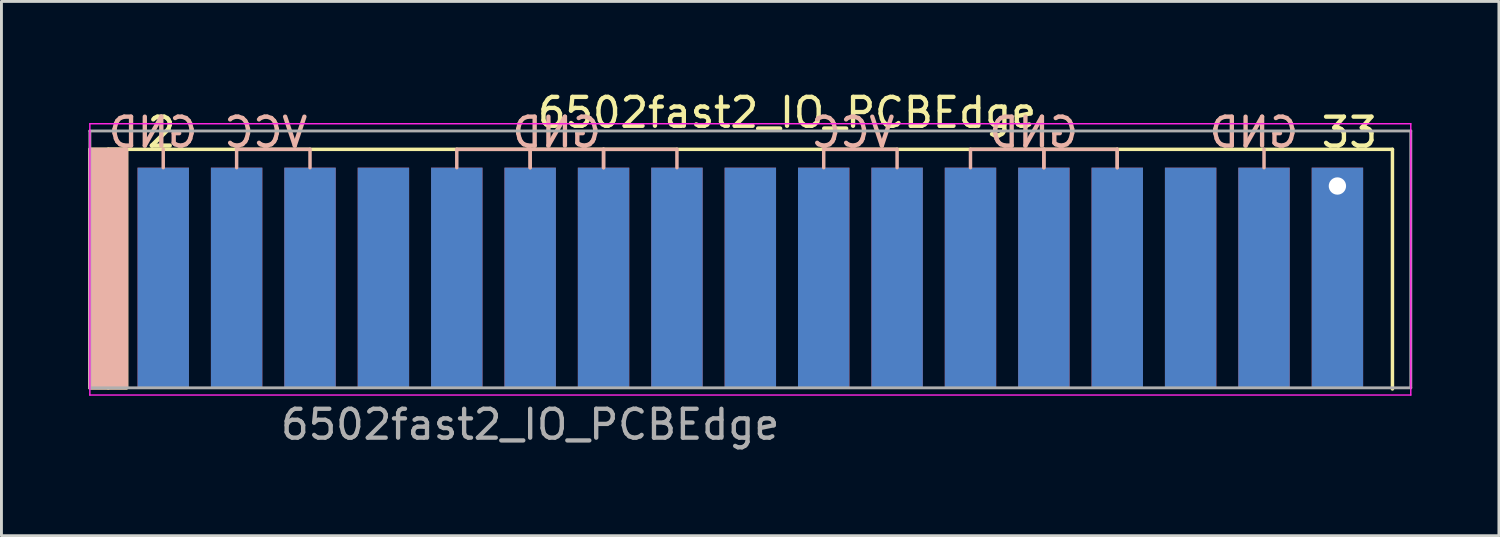
<source format=kicad_pcb>
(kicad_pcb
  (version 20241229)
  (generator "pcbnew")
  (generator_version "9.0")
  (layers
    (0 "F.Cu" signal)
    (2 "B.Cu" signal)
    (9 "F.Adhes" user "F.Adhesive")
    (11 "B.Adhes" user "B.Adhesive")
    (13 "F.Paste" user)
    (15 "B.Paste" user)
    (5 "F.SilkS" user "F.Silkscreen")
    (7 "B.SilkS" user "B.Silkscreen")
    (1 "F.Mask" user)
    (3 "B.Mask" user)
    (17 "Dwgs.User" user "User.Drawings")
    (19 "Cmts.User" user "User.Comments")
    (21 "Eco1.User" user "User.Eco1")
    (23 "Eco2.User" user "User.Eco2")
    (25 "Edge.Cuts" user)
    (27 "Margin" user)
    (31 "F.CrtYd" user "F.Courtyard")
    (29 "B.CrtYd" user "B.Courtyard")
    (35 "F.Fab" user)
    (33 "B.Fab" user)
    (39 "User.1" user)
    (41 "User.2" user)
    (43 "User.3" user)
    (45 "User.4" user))
  (footprint "6502fast2_IO_PCBEdge"
    (layer "F.Cu")
    (at 24.19 0.848)
    (property "Reference" "6502fast2_IO_PCBEdge" (at 0 0 0) (layer "F.SilkS") (effects (font (size 1 1) (thickness 0.15))))
    (attr exclude_from_pos_files exclude_from_bom)
    (fp_line (start -23.495 1.27) (end -23.495 8.89) (stroke (width 0.12) (type default)) (layer "F.SilkS"))
    (fp_line (start -23.495 8.89) (end -23.495 9.525) (stroke (width 0.12) (type default)) (layer "F.SilkS"))
    (fp_line (start 20.955 1.27) (end -23.495 1.27) (stroke (width 0.12) (type default)) (layer "F.SilkS"))
    (fp_line (start 20.955 9.565) (end 20.955 1.27) (stroke (width 0.12) (type solid)) (layer "F.SilkS"))
    (fp_rect (start -24.13 1.27) (end -22.86 9.525) (stroke (width 0.12) (type solid)) (fill yes) (layer "F.SilkS"))
    (fp_line (start -21.59 1.905) (end -21.59 1.27) (stroke (width 0.12) (type default)) (layer "B.SilkS"))
    (fp_line (start -19.05 1.27) (end -16.51 1.27) (stroke (width 0.12) (type default)) (layer "B.SilkS"))
    (fp_line (start -19.05 1.905) (end -19.05 1.27) (stroke (width 0.12) (type default)) (layer "B.SilkS"))
    (fp_line (start -16.51 1.27) (end -16.51 1.905) (stroke (width 0.12) (type default)) (layer "B.SilkS"))
    (fp_line (start -11.43 1.27) (end -8.89 1.27) (stroke (width 0.12) (type default)) (layer "B.SilkS"))
    (fp_line (start -11.43 1.905) (end -11.43 1.27) (stroke (width 0.12) (type default)) (layer "B.SilkS"))
    (fp_line (start -8.89 1.27) (end -8.89 1.905) (stroke (width 0.12) (type default)) (layer "B.SilkS"))
    (fp_line (start -8.89 1.27) (end -6.35 1.27) (stroke (width 0.12) (type default)) (layer "B.SilkS"))
    (fp_line (start -8.89 1.905) (end -8.89 1.27) (stroke (width 0.12) (type default)) (layer "B.SilkS"))
    (fp_line (start -6.35 1.27) (end -6.35 1.905) (stroke (width 0.12) (type default)) (layer "B.SilkS"))
    (fp_line (start -6.35 1.27) (end -3.81 1.27) (stroke (width 0.12) (type default)) (layer "B.SilkS"))
    (fp_line (start -6.35 1.905) (end -6.35 1.27) (stroke (width 0.12) (type default)) (layer "B.SilkS"))
    (fp_line (start -3.81 1.27) (end -3.81 1.905) (stroke (width 0.12) (type default)) (layer "B.SilkS"))
    (fp_line (start 1.27 1.27) (end 3.81 1.27) (stroke (width 0.12) (type default)) (layer "B.SilkS"))
    (fp_line (start 1.27 1.905) (end 1.27 1.27) (stroke (width 0.12) (type default)) (layer "B.SilkS"))
    (fp_line (start 3.81 1.27) (end 3.81 1.905) (stroke (width 0.12) (type default)) (layer "B.SilkS"))
    (fp_line (start 6.35 1.27) (end 8.89 1.27) (stroke (width 0.12) (type default)) (layer "B.SilkS"))
    (fp_line (start 6.35 1.905) (end 6.35 1.27) (stroke (width 0.12) (type default)) (layer "B.SilkS"))
    (fp_line (start 8.89 1.27) (end 8.89 1.905) (stroke (width 0.12) (type default)) (layer "B.SilkS"))
    (fp_line (start 8.89 1.27) (end 11.43 1.27) (stroke (width 0.12) (type default)) (layer "B.SilkS"))
    (fp_line (start 8.89 1.905) (end 8.89 1.27) (stroke (width 0.12) (type default)) (layer "B.SilkS"))
    (fp_line (start 11.43 1.27) (end 11.43 1.905) (stroke (width 0.12) (type default)) (layer "B.SilkS"))
    (fp_line (start 11.43 1.905) (end 11.43 1.27) (stroke (width 0.12) (type default)) (layer "B.SilkS"))
    (fp_line (start 16.51 1.905) (end 16.51 1.27) (stroke (width 0.12) (type default)) (layer "B.SilkS"))
    (fp_rect (start -24.13 1.27) (end -22.86 9.525) (stroke (width 0.12) (type solid)) (fill yes) (layer "B.SilkS"))
    (fp_line (start -24.13 0.385) (end -24.13 9.775) (stroke (width 0.05) (type solid)) (layer "F.CrtYd"))
    (fp_line (start -24.13 0.385) (end 21.59 0.385) (stroke (width 0.05) (type solid)) (layer "F.CrtYd"))
    (fp_line (start 21.59 9.775) (end -24.13 9.775) (stroke (width 0.05) (type solid)) (layer "F.CrtYd"))
    (fp_line (start 21.59 9.775) (end 21.59 0.385) (stroke (width 0.05) (type solid)) (layer "F.CrtYd"))
    (fp_line (start -24.13 0.635) (end 21.59 0.635) (stroke (width 0.1) (type solid)) (layer "F.Fab"))
    (fp_line (start -24.13 9.525) (end -24.13 0.635) (stroke (width 0.1) (type solid)) (layer "F.Fab"))
    (fp_line (start 21.59 0.635) (end 21.59 9.525) (stroke (width 0.1) (type solid)) (layer "F.Fab"))
    (fp_line (start 21.59 9.525) (end -24.13 9.525) (stroke (width 0.1) (type solid)) (layer "F.Fab"))
    (fp_text user "33" (at 18.415 1.27 0) (unlocked yes) (layer "F.SilkS") (effects (font (size 1 1) (thickness 0.15)) (justify left bottom)))
    (fp_text user "2" (at -22.225 1.27 0) (unlocked yes) (layer "F.SilkS") (effects (font (size 1 1) (thickness 0.15)) (justify left bottom)))
    (fp_text user "VCC" (at 3.81 1.27 0) (unlocked yes) (layer "B.SilkS") (effects (font (size 1 1) (thickness 0.15)) (justify left bottom mirror)))
    (fp_text user "GND" (at -20.32 1.27 0) (unlocked yes) (layer "B.SilkS") (effects (font (size 1 1) (thickness 0.15)) (justify left bottom mirror)))
    (fp_text user "VCC" (at -16.51 1.27 0) (unlocked yes) (layer "B.SilkS") (effects (font (size 1 1) (thickness 0.15)) (justify left bottom mirror)))
    (fp_text user "GND" (at -6.35 1.27 0) (unlocked yes) (layer "B.SilkS") (effects (font (size 1 1) (thickness 0.15)) (justify left bottom mirror)))
    (fp_text user "GND" (at 17.78 1.27 0) (unlocked yes) (layer "B.SilkS") (effects (font (size 1 1) (thickness 0.15)) (justify left bottom mirror)))
    (fp_text user "GND" (at 10.16 1.27 0) (unlocked yes) (layer "B.SilkS") (effects (font (size 1 1) (thickness 0.15)) (justify left bottom mirror)))
    (fp_text user "${REFERENCE}" (at -8.89 10.795 0) (layer "F.Fab") (effects (font (size 1 1) (thickness 0.15))))
    (pad "1" connect rect (at -21.59 5.715) (size 1.78 7.62) (layers "B.Cu" "B.Mask"))
    (pad "2" connect rect (at -21.59 5.715) (size 1.78 7.62) (layers "F.Cu" "F.Mask"))
    (pad "3" connect rect (at -19.05 5.715) (size 1.78 7.62) (layers "B.Cu" "B.Mask"))
    (pad "4" connect rect (at -19.05 5.715) (size 1.78 7.62) (layers "F.Cu" "F.Mask"))
    (pad "5" connect rect (at -16.51 5.715) (size 1.78 7.62) (layers "B.Cu" "B.Mask"))
    (pad "6" connect rect (at -16.51 5.715) (size 1.78 7.62) (layers "F.Cu" "F.Mask"))
    (pad "7" connect rect (at -13.97 5.715) (size 1.78 7.62) (layers "B.Cu" "B.Mask"))
    (pad "8" connect rect (at -13.97 5.715) (size 1.78 7.62) (layers "F.Cu" "F.Mask"))
    (pad "9" connect rect (at -11.43 5.715) (size 1.78 7.62) (layers "B.Cu" "B.Mask"))
    (pad "10" connect rect (at -11.43 5.715) (size 1.78 7.62) (layers "F.Cu" "F.Mask"))
    (pad "11" connect rect (at -8.89 5.715) (size 1.78 7.62) (layers "B.Cu" "B.Mask"))
    (pad "12" connect rect (at -8.89 5.715) (size 1.78 7.62) (layers "F.Cu" "F.Mask"))
    (pad "13" connect rect (at -6.35 5.715) (size 1.78 7.62) (layers "B.Cu" "B.Mask"))
    (pad "14" connect rect (at -6.35 5.715) (size 1.78 7.62) (layers "F.Cu" "F.Mask"))
    (pad "15" connect rect (at -3.81 5.715) (size 1.78 7.62) (layers "B.Cu" "B.Mask"))
    (pad "16" connect rect (at -3.81 5.715) (size 1.78 7.62) (layers "F.Cu" "F.Mask"))
    (pad "17" connect rect (at -1.27 5.715) (size 1.78 7.62) (layers "B.Cu" "B.Mask"))
    (pad "18" connect rect (at -1.27 5.715) (size 1.78 7.62) (layers "F.Cu" "F.Mask"))
    (pad "19" connect rect (at 1.27 5.715) (size 1.78 7.62) (layers "B.Cu" "B.Mask"))
    (pad "20" connect rect (at 1.27 5.715) (size 1.78 7.62) (layers "F.Cu" "F.Mask"))
    (pad "21" connect rect (at 3.81 5.715) (size 1.78 7.62) (layers "B.Cu" "B.Mask"))
    (pad "22" connect rect (at 3.81 5.715) (size 1.78 7.62) (layers "F.Cu" "F.Mask"))
    (pad "23" connect rect (at 6.35 5.715) (size 1.78 7.62) (layers "B.Cu" "B.Mask"))
    (pad "24" connect rect (at 6.35 5.715) (size 1.78 7.62) (layers "F.Cu" "F.Mask"))
    (pad "25" connect rect (at 8.89 5.715) (size 1.78 7.62) (layers "B.Cu" "B.Mask"))
    (pad "26" connect rect (at 8.89 5.715) (size 1.78 7.62) (layers "F.Cu" "F.Mask"))
    (pad "27" connect rect (at 11.43 5.715) (size 1.78 7.62) (layers "B.Cu" "B.Mask"))
    (pad "28" connect rect (at 11.43 5.715) (size 1.78 7.62) (layers "F.Cu" "F.Mask"))
    (pad "29" connect rect (at 13.97 5.715) (size 1.78 7.62) (layers "B.Cu" "B.Mask"))
    (pad "30" connect rect (at 13.97 5.715) (size 1.78 7.62) (layers "F.Cu" "F.Mask"))
    (pad "31" connect rect (at 16.51 5.715) (size 1.78 7.62) (layers "B.Cu" "B.Mask"))
    (pad "32" connect rect (at 16.51 5.715) (size 1.78 7.62) (layers "F.Cu" "F.Mask"))
    (pad "33" thru_hole circle (at 19.05 2.54) (size 1 1) (drill 0.6) (layers "*.Cu" "*.Mask"))
    (pad "33" connect rect (at 19.05 5.715) (size 1.78 7.62) (layers "F.Cu" "F.Mask"))
    (pad "33" connect rect (at 19.05 5.715) (size 1.78 7.62) (layers "B.Cu" "B.Mask")))
  (gr_rect
    (start -3 -3)
    (end 48.83 15.492)
    (stroke (width 0.1) (type default))
    (fill no)
    (layer "Edge.Cuts")))
</source>
